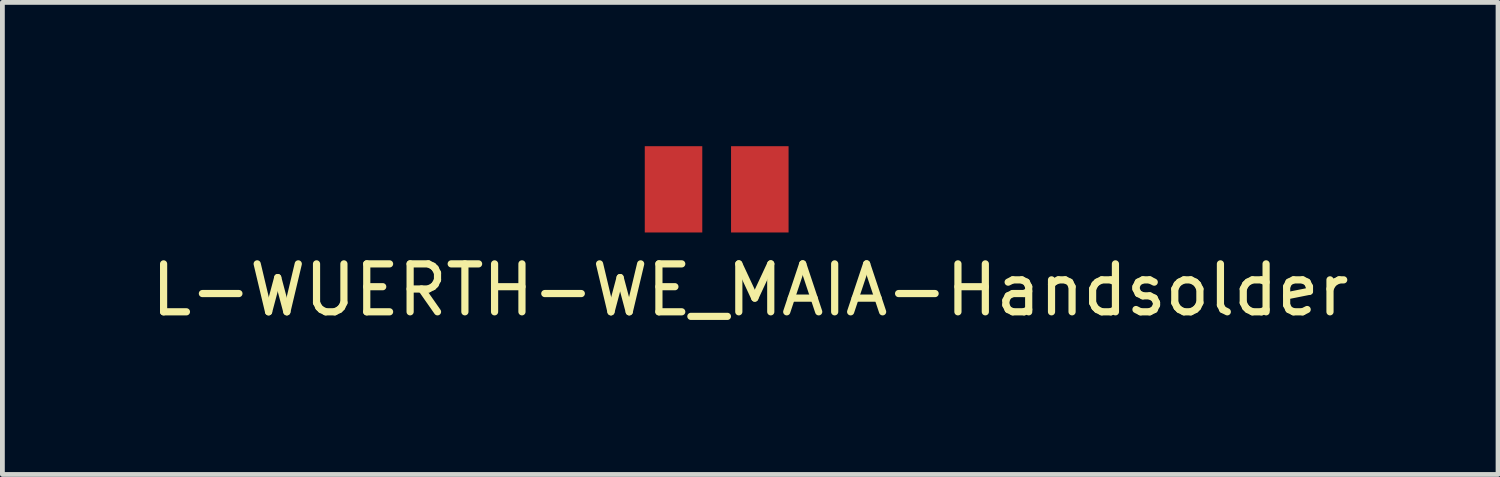
<source format=kicad_pcb>
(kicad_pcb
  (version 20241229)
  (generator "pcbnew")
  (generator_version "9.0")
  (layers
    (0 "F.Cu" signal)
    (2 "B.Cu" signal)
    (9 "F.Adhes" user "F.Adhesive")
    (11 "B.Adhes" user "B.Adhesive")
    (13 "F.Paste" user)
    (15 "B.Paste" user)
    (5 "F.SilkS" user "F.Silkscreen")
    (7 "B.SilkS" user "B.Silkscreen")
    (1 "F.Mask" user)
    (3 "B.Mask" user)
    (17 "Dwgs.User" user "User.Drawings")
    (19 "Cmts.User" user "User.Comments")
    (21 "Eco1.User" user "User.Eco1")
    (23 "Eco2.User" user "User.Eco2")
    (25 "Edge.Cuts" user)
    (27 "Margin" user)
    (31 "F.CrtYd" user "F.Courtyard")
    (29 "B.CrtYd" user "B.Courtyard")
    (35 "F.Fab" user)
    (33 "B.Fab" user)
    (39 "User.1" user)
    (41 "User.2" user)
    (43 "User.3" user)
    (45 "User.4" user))
  (footprint "L-WUERTH-WE_MAIA-Handsolder"
    (layer "F.Cu")
    (at 11.901 0.9)
    (property "Reference" "L-WUERTH-WE_MAIA-Handsolder" (at 0.7 2.1 0) (layer "F.SilkS") (effects (font (size 1 1) (thickness 0.15))))
    (attr through_hole)
    (pad "1" smd rect (at -0.9 0) (size 1.2 1.8) (layers "F.Cu" "F.Mask" "F.Paste"))
    (pad "2" smd rect (at 0.9 0) (size 1.2 1.8) (layers "F.Cu" "F.Mask" "F.Paste")))
  (gr_rect
    (start -3 -3)
    (end 28.202 6.848)
    (stroke (width 0.1) (type default))
    (fill no)
    (layer "Edge.Cuts")))
</source>
